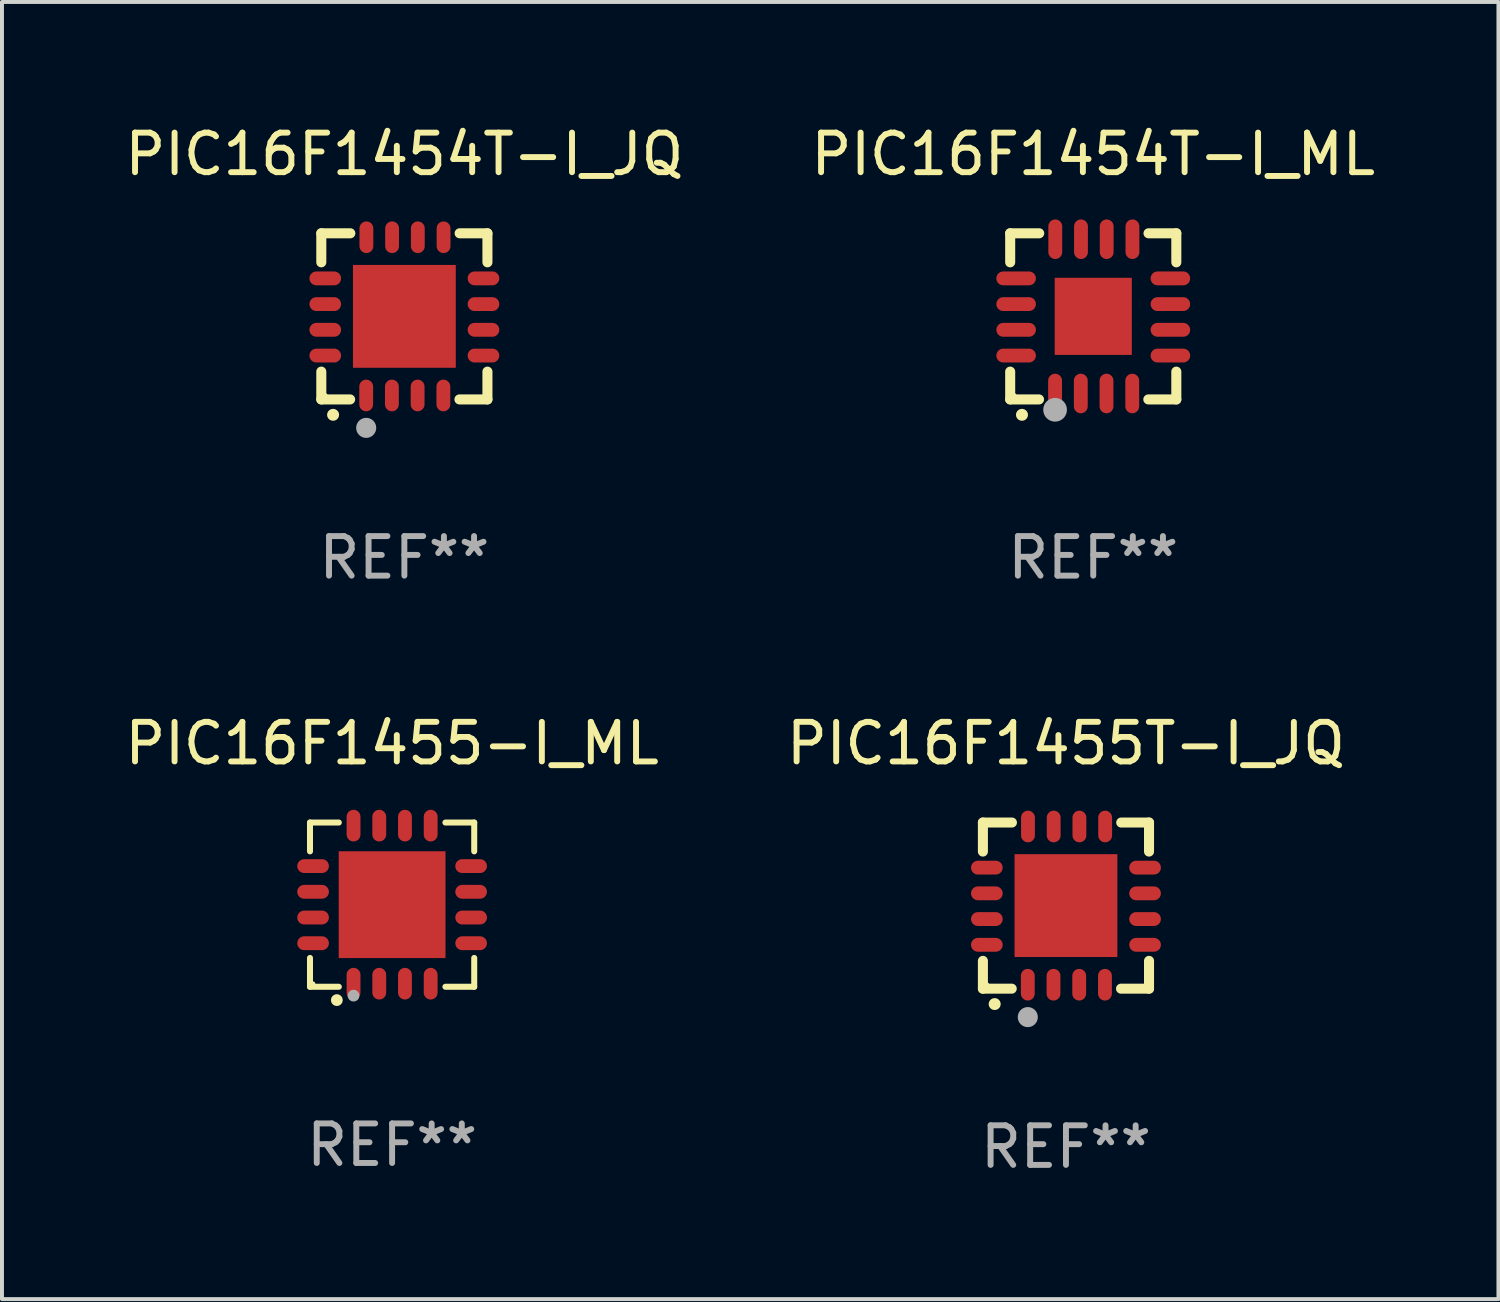
<source format=kicad_pcb>
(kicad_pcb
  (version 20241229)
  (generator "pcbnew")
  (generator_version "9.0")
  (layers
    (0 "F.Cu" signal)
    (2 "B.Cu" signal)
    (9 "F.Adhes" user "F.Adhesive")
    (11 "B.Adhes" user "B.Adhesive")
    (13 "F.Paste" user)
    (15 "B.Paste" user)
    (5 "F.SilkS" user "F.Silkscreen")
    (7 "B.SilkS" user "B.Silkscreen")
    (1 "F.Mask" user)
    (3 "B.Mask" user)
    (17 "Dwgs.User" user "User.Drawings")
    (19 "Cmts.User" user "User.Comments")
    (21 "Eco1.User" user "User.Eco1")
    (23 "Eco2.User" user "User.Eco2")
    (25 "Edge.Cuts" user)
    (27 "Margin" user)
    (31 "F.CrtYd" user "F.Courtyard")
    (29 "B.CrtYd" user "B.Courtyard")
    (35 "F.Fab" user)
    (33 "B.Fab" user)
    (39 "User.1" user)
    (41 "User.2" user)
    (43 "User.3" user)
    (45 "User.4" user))
  (footprint "PIC16F1455-I_ML"
    (layer "F.Cu")
    (at 6.863 19.821)
    (property "Reference" "PIC16F1455-I_ML" (at 0 -4.076 0) (layer "F.SilkS") (effects (font (size 1 1) (thickness 0.15))))
    (attr through_hole)
    (fp_line (start -2.076 -2.076) (end -1.347 -2.076) (stroke (width 0.152) (type solid)) (layer "F.SilkS"))
    (fp_line (start -2.076 -1.347) (end -2.076 -2.076) (stroke (width 0.152) (type solid)) (layer "F.SilkS"))
    (fp_line (start -2.076 1.347) (end -2.076 2.076) (stroke (width 0.152) (type solid)) (layer "F.SilkS"))
    (fp_line (start -2.076 2.076) (end -1.347 2.076) (stroke (width 0.152) (type solid)) (layer "F.SilkS"))
    (fp_line (start 2.076 -2.076) (end 1.347 -2.076) (stroke (width 0.152) (type solid)) (layer "F.SilkS"))
    (fp_line (start 2.076 -1.347) (end 2.076 -2.076) (stroke (width 0.152) (type solid)) (layer "F.SilkS"))
    (fp_line (start 2.076 1.347) (end 2.076 2.076) (stroke (width 0.152) (type solid)) (layer "F.SilkS"))
    (fp_line (start 2.076 2.076) (end 1.347 2.076) (stroke (width 0.152) (type solid)) (layer "F.SilkS"))
    (fp_circle (center -2 2) (end -1.97 2) (stroke (width 0.06) (type solid)) (fill no) (layer "F.SilkS"))
    (fp_circle (center -1.397 2.413) (end -1.322 2.413) (stroke (width 0.15) (type solid)) (fill no) (layer "F.SilkS"))
    (fp_circle (center -0.975 2.3) (end -0.9 2.3) (stroke (width 0.15) (type solid)) (fill no) (layer "F.Fab"))
    (fp_text user "REF**" (at 0 6.076 0) (layer "F.Fab") (effects (font (size 1 1) (thickness 0.15))))
    (pad "1" smd oval (at -0.975 1.998) (size 0.35 0.8) (layers "F.Cu" "F.Mask" "F.Paste"))
    (pad "2" smd oval (at -0.325 1.998) (size 0.35 0.8) (layers "F.Cu" "F.Mask" "F.Paste"))
    (pad "3" smd oval (at 0.325 1.998) (size 0.35 0.8) (layers "F.Cu" "F.Mask" "F.Paste"))
    (pad "4" smd oval (at 0.975 1.998) (size 0.35 0.8) (layers "F.Cu" "F.Mask" "F.Paste"))
    (pad "5" smd oval (at 1.998 0.975) (size 0.8 0.35) (layers "F.Cu" "F.Mask" "F.Paste"))
    (pad "6" smd oval (at 1.998 0.325) (size 0.8 0.35) (layers "F.Cu" "F.Mask" "F.Paste"))
    (pad "7" smd oval (at 1.998 -0.325) (size 0.8 0.35) (layers "F.Cu" "F.Mask" "F.Paste"))
    (pad "8" smd oval (at 1.998 -0.975) (size 0.8 0.35) (layers "F.Cu" "F.Mask" "F.Paste"))
    (pad "9" smd oval (at 0.975 -1.998) (size 0.35 0.8) (layers "F.Cu" "F.Mask" "F.Paste"))
    (pad "10" smd oval (at 0.325 -1.998) (size 0.35 0.8) (layers "F.Cu" "F.Mask" "F.Paste"))
    (pad "11" smd oval (at -0.325 -1.998) (size 0.35 0.8) (layers "F.Cu" "F.Mask" "F.Paste"))
    (pad "12" smd oval (at -0.975 -1.998) (size 0.35 0.8) (layers "F.Cu" "F.Mask" "F.Paste"))
    (pad "13" smd oval (at -1.998 -0.975) (size 0.8 0.35) (layers "F.Cu" "F.Mask" "F.Paste"))
    (pad "14" smd oval (at -1.998 -0.325) (size 0.8 0.35) (layers "F.Cu" "F.Mask" "F.Paste"))
    (pad "15" smd oval (at -1.998 0.325) (size 0.8 0.35) (layers "F.Cu" "F.Mask" "F.Paste"))
    (pad "16" smd oval (at -1.998 0.975) (size 0.8 0.35) (layers "F.Cu" "F.Mask" "F.Paste"))
    (pad "17" smd rect (at 0 0) (size 2.7 2.7) (layers "F.Cu" "F.Mask" "F.Paste")))
  (footprint "PIC16F1455T-I_JQ"
    (layer "F.Cu")
    (at 23.899 19.845)
    (property "Reference" "PIC16F1455T-I_JQ" (at 0 -4.1 0) (layer "F.SilkS") (effects (font (size 1 1) (thickness 0.15))))
    (attr through_hole)
    (fp_line (start -2.1 -2.1) (end -1.366 -2.1) (stroke (width 0.254) (type solid)) (layer "F.SilkS"))
    (fp_line (start -2.1 -1.366) (end -2.1 -2.1) (stroke (width 0.254) (type solid)) (layer "F.SilkS"))
    (fp_line (start -2.1 2.1) (end -2.1 1.397) (stroke (width 0.254) (type solid)) (layer "F.SilkS"))
    (fp_line (start -2.1 2.1) (end -1.371 2.1) (stroke (width 0.254) (type solid)) (layer "F.SilkS"))
    (fp_line (start 1.392 2.1) (end 2.1 2.1) (stroke (width 0.254) (type solid)) (layer "F.SilkS"))
    (fp_line (start 1.397 -2.1) (end 2.1 -2.1) (stroke (width 0.254) (type solid)) (layer "F.SilkS"))
    (fp_line (start 2.1 -1.366) (end 2.1 -2.1) (stroke (width 0.254) (type solid)) (layer "F.SilkS"))
    (fp_line (start 2.1 2.1) (end 2.1 1.397) (stroke (width 0.254) (type solid)) (layer "F.SilkS"))
    (fp_arc (start -1.803404 2.489205) (mid -1.802134 2.4892) (end -1.800864 2.489205) (stroke (width 0.3) (type solid)) (layer "F.SilkS"))
    (fp_circle (center -2 2) (end -1.97 2) (stroke (width 0.06) (type solid)) (fill no) (layer "F.SilkS"))
    (fp_circle (center -0.965 2.819) (end -0.838 2.819) (stroke (width 0.254) (type solid)) (fill no) (layer "F.Fab"))
    (fp_text user "REF**" (at 0 6.1 0) (layer "F.Fab") (effects (font (size 1 1) (thickness 0.15))))
    (pad "1" smd oval (at -0.965 2) (size 0.35 0.8) (layers "F.Cu" "F.Mask" "F.Paste"))
    (pad "2" smd oval (at -0.315 2) (size 0.35 0.8) (layers "F.Cu" "F.Mask" "F.Paste"))
    (pad "3" smd oval (at 0.335 2) (size 0.35 0.8) (layers "F.Cu" "F.Mask" "F.Paste"))
    (pad "4" smd oval (at 0.986 2) (size 0.35 0.8) (layers "F.Cu" "F.Mask" "F.Paste"))
    (pad "5" smd oval (at 2 0.991 90) (size 0.35 0.8) (layers "F.Cu" "F.Mask" "F.Paste"))
    (pad "6" smd oval (at 2 0.34 90) (size 0.35 0.8) (layers "F.Cu" "F.Mask" "F.Paste"))
    (pad "7" smd oval (at 2 -0.31 90) (size 0.35 0.8) (layers "F.Cu" "F.Mask" "F.Paste"))
    (pad "8" smd oval (at 2 -0.96 90) (size 0.35 0.8) (layers "F.Cu" "F.Mask" "F.Paste"))
    (pad "9" smd oval (at 0.991 -2) (size 0.35 0.8) (layers "F.Cu" "F.Mask" "F.Paste"))
    (pad "10" smd oval (at 0.34 -2) (size 0.35 0.8) (layers "F.Cu" "F.Mask" "F.Paste"))
    (pad "11" smd oval (at -0.31 -2) (size 0.35 0.8) (layers "F.Cu" "F.Mask" "F.Paste"))
    (pad "12" smd oval (at -0.96 -2) (size 0.35 0.8) (layers "F.Cu" "F.Mask" "F.Paste"))
    (pad "13" smd oval (at -2 -0.96 90) (size 0.35 0.8) (layers "F.Cu" "F.Mask" "F.Paste"))
    (pad "14" smd oval (at -2 -0.31 90) (size 0.35 0.8) (layers "F.Cu" "F.Mask" "F.Paste"))
    (pad "15" smd oval (at -2 0.34 90) (size 0.35 0.8) (layers "F.Cu" "F.Mask" "F.Paste"))
    (pad "16" smd oval (at -2 0.991 90) (size 0.35 0.8) (layers "F.Cu" "F.Mask" "F.Paste"))
    (pad "17" smd rect (at 0 0 90) (size 2.6 2.6) (layers "F.Cu" "F.Mask" "F.Paste")))
  (footprint "PIC16F1454T-I_ML"
    (layer "F.Cu")
    (at 24.589 4.948)
    (property "Reference" "PIC16F1454T-I_ML" (at 0 -4.1 0) (layer "F.SilkS") (effects (font (size 1 1) (thickness 0.15))))
    (attr through_hole)
    (fp_line (start -2.1 -2.1) (end -1.366 -2.1) (stroke (width 0.254) (type solid)) (layer "F.SilkS"))
    (fp_line (start -2.1 -1.366) (end -2.1 -2.1) (stroke (width 0.254) (type solid)) (layer "F.SilkS"))
    (fp_line (start -2.1 2.1) (end -2.1 1.397) (stroke (width 0.254) (type solid)) (layer "F.SilkS"))
    (fp_line (start -2.1 2.1) (end -1.371 2.1) (stroke (width 0.254) (type solid)) (layer "F.SilkS"))
    (fp_line (start 1.392 2.1) (end 2.1 2.1) (stroke (width 0.254) (type solid)) (layer "F.SilkS"))
    (fp_line (start 1.397 -2.1) (end 2.1 -2.1) (stroke (width 0.254) (type solid)) (layer "F.SilkS"))
    (fp_line (start 2.1 -1.366) (end 2.1 -2.1) (stroke (width 0.254) (type solid)) (layer "F.SilkS"))
    (fp_line (start 2.1 2.1) (end 2.1 1.397) (stroke (width 0.254) (type solid)) (layer "F.SilkS"))
    (fp_arc (start -1.803404 2.489205) (mid -1.802134 2.4892) (end -1.800864 2.489205) (stroke (width 0.3) (type solid)) (layer "F.SilkS"))
    (fp_circle (center -2 2) (end -1.97 2) (stroke (width 0.06) (type solid)) (fill no) (layer "F.SilkS"))
    (fp_circle (center -0.965 2.362) (end -0.815 2.362) (stroke (width 0.3) (type solid)) (fill no) (layer "F.Fab"))
    (fp_text user "REF**" (at 0 6.1 0) (layer "F.Fab") (effects (font (size 1 1) (thickness 0.15))))
    (pad "1" smd oval (at -0.965 1.95) (size 0.35 1) (layers "F.Cu" "F.Mask" "F.Paste"))
    (pad "2" smd oval (at -0.315 1.95) (size 0.35 1) (layers "F.Cu" "F.Mask" "F.Paste"))
    (pad "3" smd oval (at 0.335 1.95) (size 0.35 1) (layers "F.Cu" "F.Mask" "F.Paste"))
    (pad "4" smd oval (at 0.986 1.95) (size 0.35 1) (layers "F.Cu" "F.Mask" "F.Paste"))
    (pad "5" smd oval (at 1.95 0.991) (size 1 0.35) (layers "F.Cu" "F.Mask" "F.Paste"))
    (pad "6" smd oval (at 1.95 0.34) (size 1 0.35) (layers "F.Cu" "F.Mask" "F.Paste"))
    (pad "7" smd oval (at 1.95 -0.31) (size 1 0.35) (layers "F.Cu" "F.Mask" "F.Paste"))
    (pad "8" smd oval (at 1.95 -0.96) (size 1 0.35) (layers "F.Cu" "F.Mask" "F.Paste"))
    (pad "9" smd oval (at 0.991 -1.95) (size 0.35 1) (layers "F.Cu" "F.Mask" "F.Paste"))
    (pad "10" smd oval (at 0.34 -1.95) (size 0.35 1) (layers "F.Cu" "F.Mask" "F.Paste"))
    (pad "11" smd oval (at -0.31 -1.95) (size 0.35 1) (layers "F.Cu" "F.Mask" "F.Paste"))
    (pad "12" smd oval (at -0.96 -1.95) (size 0.35 1) (layers "F.Cu" "F.Mask" "F.Paste"))
    (pad "13" smd oval (at -1.95 -0.96) (size 1 0.35) (layers "F.Cu" "F.Mask" "F.Paste"))
    (pad "14" smd oval (at -1.95 -0.31) (size 1 0.35) (layers "F.Cu" "F.Mask" "F.Paste"))
    (pad "15" smd oval (at -1.95 0.34) (size 1 0.35) (layers "F.Cu" "F.Mask" "F.Paste"))
    (pad "16" smd oval (at -1.95 0.991) (size 1 0.35) (layers "F.Cu" "F.Mask" "F.Paste"))
    (pad "17" smd rect (at 0 0) (size 1.95 1.95) (layers "F.Cu" "F.Mask" "F.Paste")))
  (footprint "PIC16F1454T-I_JQ"
    (layer "F.Cu")
    (at 7.173 4.948)
    (property "Reference" "PIC16F1454T-I_JQ" (at 0 -4.1 0) (layer "F.SilkS") (effects (font (size 1 1) (thickness 0.15))))
    (attr through_hole)
    (fp_line (start -2.1 -2.1) (end -1.366 -2.1) (stroke (width 0.254) (type solid)) (layer "F.SilkS"))
    (fp_line (start -2.1 -1.366) (end -2.1 -2.1) (stroke (width 0.254) (type solid)) (layer "F.SilkS"))
    (fp_line (start -2.1 2.1) (end -2.1 1.397) (stroke (width 0.254) (type solid)) (layer "F.SilkS"))
    (fp_line (start -2.1 2.1) (end -1.371 2.1) (stroke (width 0.254) (type solid)) (layer "F.SilkS"))
    (fp_line (start 1.392 2.1) (end 2.1 2.1) (stroke (width 0.254) (type solid)) (layer "F.SilkS"))
    (fp_line (start 1.397 -2.1) (end 2.1 -2.1) (stroke (width 0.254) (type solid)) (layer "F.SilkS"))
    (fp_line (start 2.1 -1.366) (end 2.1 -2.1) (stroke (width 0.254) (type solid)) (layer "F.SilkS"))
    (fp_line (start 2.1 2.1) (end 2.1 1.397) (stroke (width 0.254) (type solid)) (layer "F.SilkS"))
    (fp_arc (start -1.803404 2.489205) (mid -1.802134 2.4892) (end -1.800864 2.489205) (stroke (width 0.3) (type solid)) (layer "F.SilkS"))
    (fp_circle (center -2 2) (end -1.97 2) (stroke (width 0.06) (type solid)) (fill no) (layer "F.SilkS"))
    (fp_circle (center -0.965 2.819) (end -0.838 2.819) (stroke (width 0.254) (type solid)) (fill no) (layer "F.Fab"))
    (fp_text user "REF**" (at 0 6.1 0) (layer "F.Fab") (effects (font (size 1 1) (thickness 0.15))))
    (pad "1" smd oval (at -0.965 2) (size 0.35 0.8) (layers "F.Cu" "F.Mask" "F.Paste"))
    (pad "2" smd oval (at -0.315 2) (size 0.35 0.8) (layers "F.Cu" "F.Mask" "F.Paste"))
    (pad "3" smd oval (at 0.335 2) (size 0.35 0.8) (layers "F.Cu" "F.Mask" "F.Paste"))
    (pad "4" smd oval (at 0.986 2) (size 0.35 0.8) (layers "F.Cu" "F.Mask" "F.Paste"))
    (pad "5" smd oval (at 2 0.991 90) (size 0.35 0.8) (layers "F.Cu" "F.Mask" "F.Paste"))
    (pad "6" smd oval (at 2 0.34 90) (size 0.35 0.8) (layers "F.Cu" "F.Mask" "F.Paste"))
    (pad "7" smd oval (at 2 -0.31 90) (size 0.35 0.8) (layers "F.Cu" "F.Mask" "F.Paste"))
    (pad "8" smd oval (at 2 -0.96 90) (size 0.35 0.8) (layers "F.Cu" "F.Mask" "F.Paste"))
    (pad "9" smd oval (at 0.991 -2) (size 0.35 0.8) (layers "F.Cu" "F.Mask" "F.Paste"))
    (pad "10" smd oval (at 0.34 -2) (size 0.35 0.8) (layers "F.Cu" "F.Mask" "F.Paste"))
    (pad "11" smd oval (at -0.31 -2) (size 0.35 0.8) (layers "F.Cu" "F.Mask" "F.Paste"))
    (pad "12" smd oval (at -0.96 -2) (size 0.35 0.8) (layers "F.Cu" "F.Mask" "F.Paste"))
    (pad "13" smd oval (at -2 -0.96 90) (size 0.35 0.8) (layers "F.Cu" "F.Mask" "F.Paste"))
    (pad "14" smd oval (at -2 -0.31 90) (size 0.35 0.8) (layers "F.Cu" "F.Mask" "F.Paste"))
    (pad "15" smd oval (at -2 0.34 90) (size 0.35 0.8) (layers "F.Cu" "F.Mask" "F.Paste"))
    (pad "16" smd oval (at -2 0.991 90) (size 0.35 0.8) (layers "F.Cu" "F.Mask" "F.Paste"))
    (pad "17" smd rect (at 0 0 90) (size 2.6 2.6) (layers "F.Cu" "F.Mask" "F.Paste")))
  (gr_rect
    (start -3 -3)
    (end 34.833 29.793)
    (stroke (width 0.1) (type default))
    (fill no)
    (layer "Edge.Cuts")))
</source>
